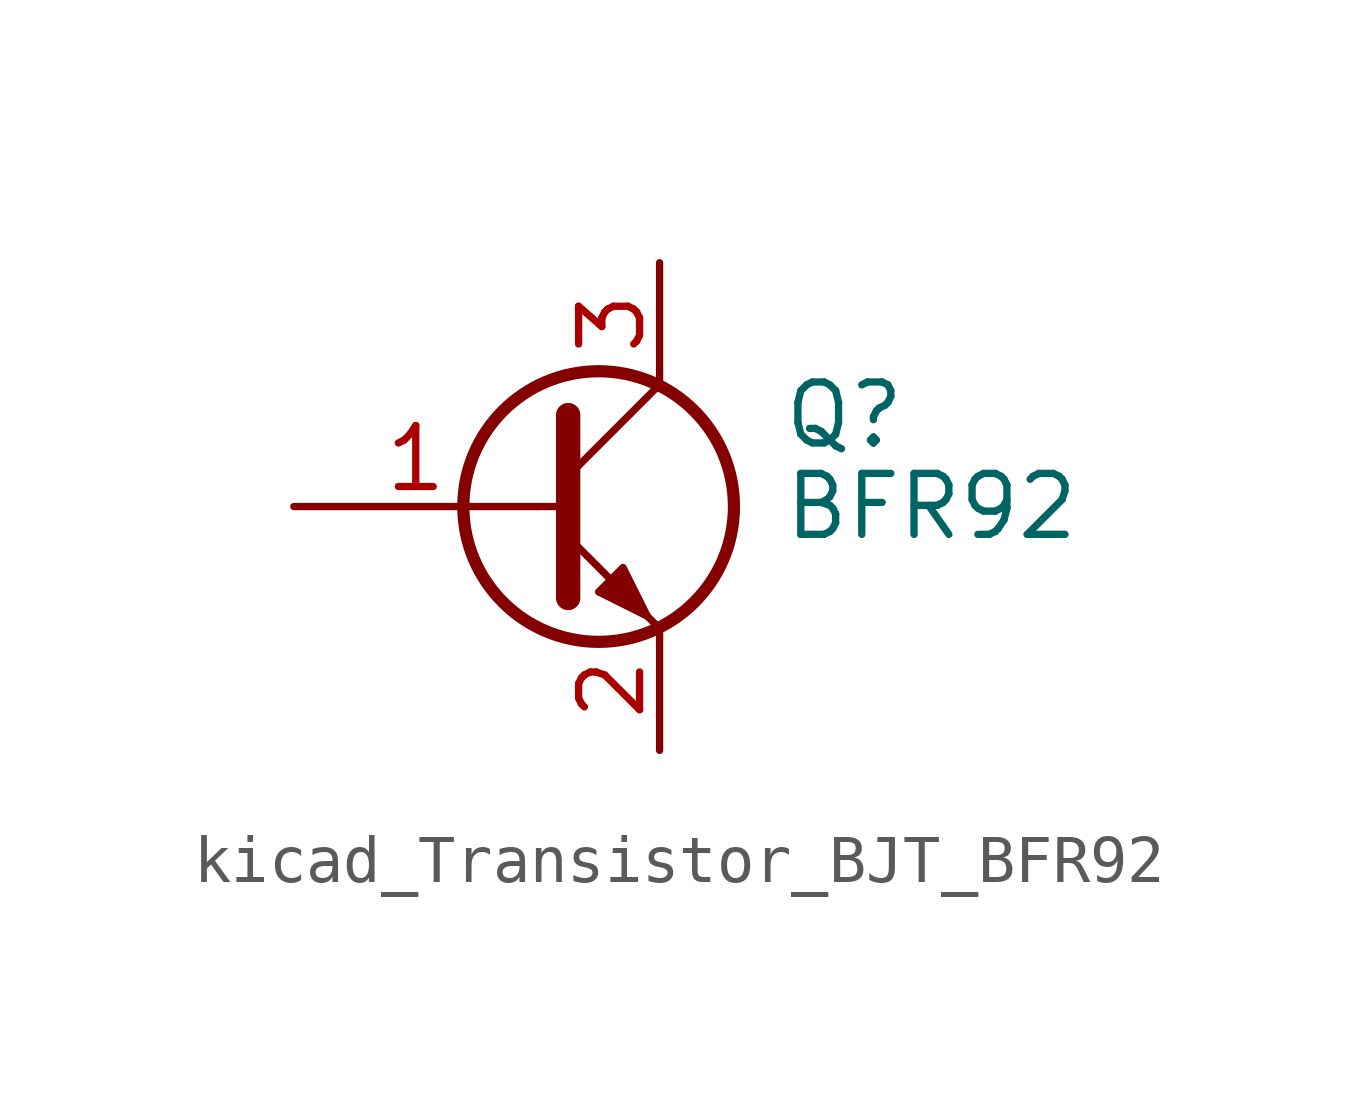
<source format=kicad_sym>
(kicad_symbol_lib
  (version 20220914)
  (generator kicad_symbol_editor)
  (symbol "kicad_Transistor_BJT_BFR92"
    (pin_names
      (offset 0) hide)
    (property "Reference" "Q"
      (at 5.08 1.905 0)
      (effects (font (size 1.27 1.27)) (justify left)))
    (property "Value" "BFR92"
      (at 5.08 0 0)
      (effects (font (size 1.27 1.27)) (justify left)))
    (symbol "kicad_Transistor_BJT_BFR92_0_1"
      (polyline (pts (xy 0 0) (xy 0.635 0)) (stroke (width 0) (type default)) (fill (type none)))
      (polyline (pts (xy 0.635 0.635) (xy 2.54 2.54)) (stroke (width 0) (type default)) (fill (type none)))
      (polyline (pts (xy 2.54 -2.54) (xy 0.635 -0.635)) (stroke (width 0) (type default)) (fill (type none)))
      (polyline (pts (xy 0.635 1.905) (xy 0.635 0) (xy 0.635 -1.905) (xy 0.635 -1.905)) (stroke (width 0.508) (type default)) (fill (type none)))
      (polyline (pts (xy 2.286 -2.286) (xy 1.778 -1.27) (xy 1.27 -1.778) (xy 2.286 -2.286) (xy 2.286 -2.286)) (stroke (width 0) (type default)) (fill (type outline)))
      (circle (center 1.27 0) (radius 2.819) (stroke (width 0.254) (type default)) (fill (type none))))
    (symbol "kicad_Transistor_BJT_BFR92_1_1"
      (pin input line (at -5.08 0 0) (length 5.08) (name "B" (effects (font (size 1.27 1.27)))) (number "1" (effects (font (size 1.27 1.27)))))
      (pin passive line (at 2.54 -5.08 90) (length 2.54) (name "E" (effects (font (size 1.27 1.27)))) (number "2" (effects (font (size 1.27 1.27)))))
      (pin passive line (at 2.54 5.08 270) (length 2.54) (name "C" (effects (font (size 1.27 1.27)))) (number "3" (effects (font (size 1.27 1.27))))))))
</source>
